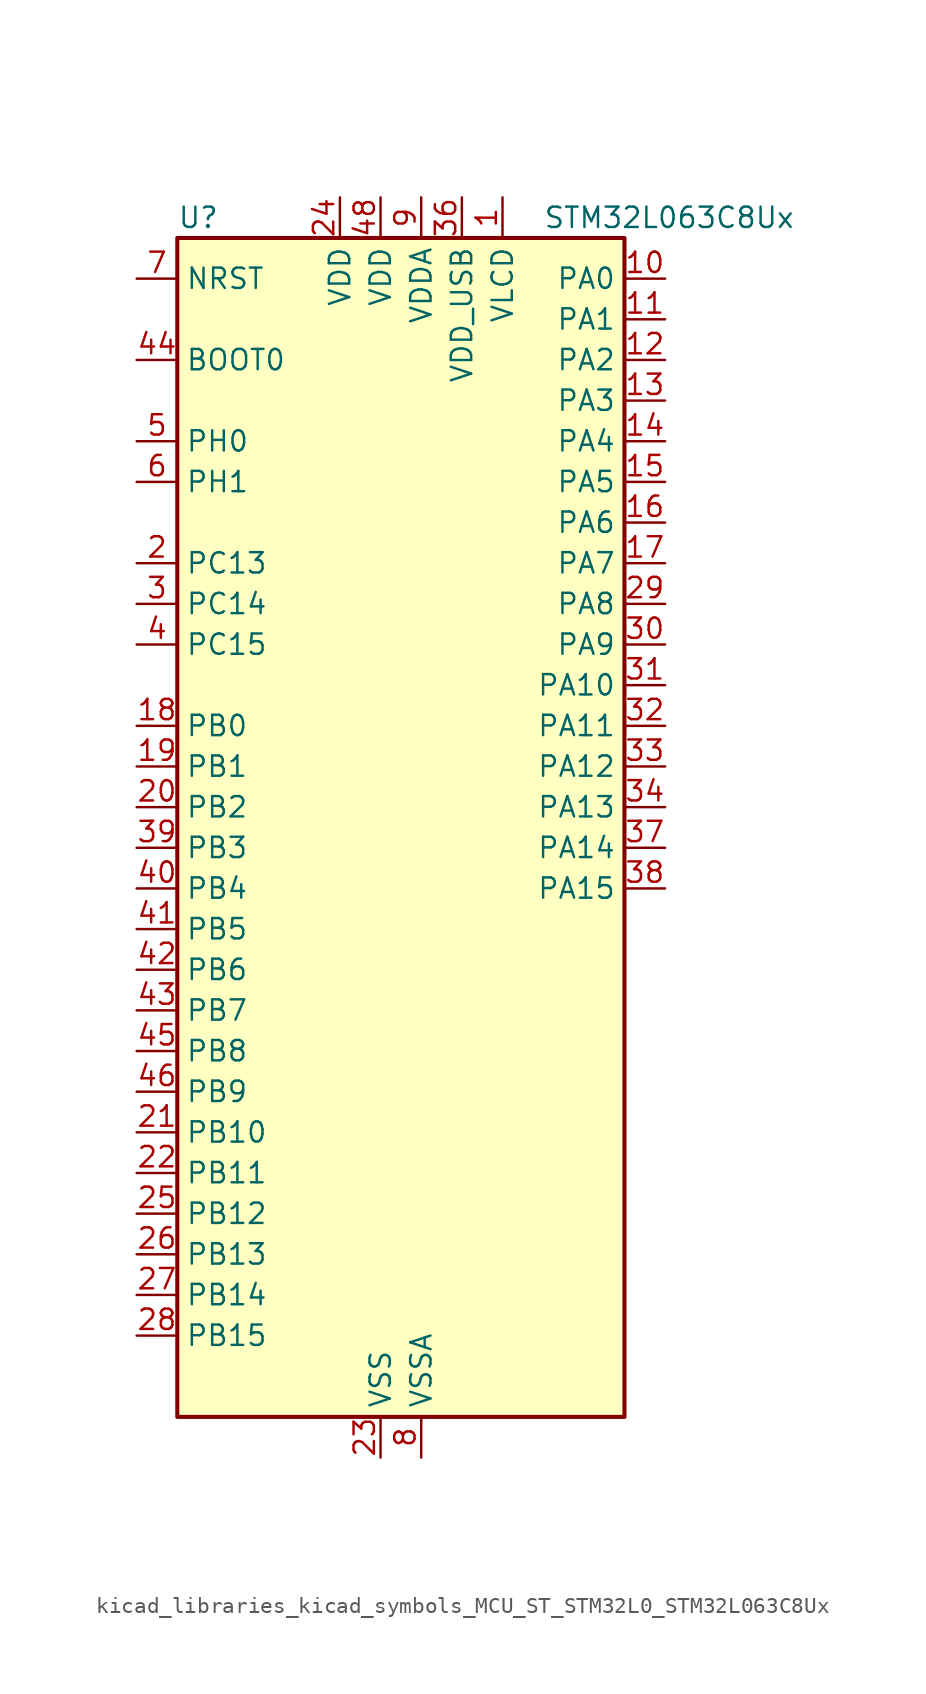
<source format=kicad_sym>
(kicad_symbol_lib
  (version 20220914)
  (generator kicad_symbol_editor)
  (symbol "kicad_libraries_kicad_symbols_MCU_ST_STM32L0_STM32L063C8Ux"
    (property "Reference" "U"
      (at -12.7 39.37 0)
      (effects (font (size 1.27 1.27)) (justify left)))
    (property "Value" "STM32L063C8Ux"
      (at 10.16 39.37 0)
      (effects (font (size 1.27 1.27)) (justify left)))
    (property "ki_locked" ""
      (at 0 0 0)
      (effects (font (size 1.27 1.27))))
    (symbol "kicad_libraries_kicad_symbols_MCU_ST_STM32L0_STM32L063C8Ux_0_1"
      (rectangle (start -12.7 -35.56) (end 15.24 38.1) (stroke (width 0.254) (type default)) (fill (type background))))
    (symbol "kicad_libraries_kicad_symbols_MCU_ST_STM32L0_STM32L063C8Ux_1_1"
      (pin power_in line (at 7.62 40.64 270) (length 2.54) (name "VLCD" (effects (font (size 1.27 1.27)))) (number "1" (effects (font (size 1.27 1.27)))))
      (pin bidirectional line (at 17.78 35.56 180) (length 2.54) (name "PA0" (effects (font (size 1.27 1.27)))) (number "10" (effects (font (size 1.27 1.27)))) (alternate "ADC_IN0" bidirectional line) (alternate "COMP1_INM" bidirectional line) (alternate "COMP1_OUT" bidirectional line) (alternate "RTC_TAMP2" bidirectional line) (alternate "SYS_WKUP1" bidirectional line) (alternate "TIM2_CH1" bidirectional line) (alternate "TIM2_ETR" bidirectional line) (alternate "TSC_G1_IO1" bidirectional line) (alternate "USART2_CTS" bidirectional line))
      (pin bidirectional line (at 17.78 33.02 180) (length 2.54) (name "PA1" (effects (font (size 1.27 1.27)))) (number "11" (effects (font (size 1.27 1.27)))) (alternate "ADC_IN1" bidirectional line) (alternate "COMP1_INP" bidirectional line) (alternate "LCD_SEG0" bidirectional line) (alternate "TIM21_ETR" bidirectional line) (alternate "TIM2_CH2" bidirectional line) (alternate "TSC_G1_IO2" bidirectional line) (alternate "USART2_DE" bidirectional line) (alternate "USART2_RTS" bidirectional line))
      (pin bidirectional line (at 17.78 30.48 180) (length 2.54) (name "PA2" (effects (font (size 1.27 1.27)))) (number "12" (effects (font (size 1.27 1.27)))) (alternate "ADC_IN2" bidirectional line) (alternate "COMP2_INM" bidirectional line) (alternate "COMP2_OUT" bidirectional line) (alternate "LCD_SEG1" bidirectional line) (alternate "TIM21_CH1" bidirectional line) (alternate "TIM2_CH3" bidirectional line) (alternate "TSC_G1_IO3" bidirectional line) (alternate "USART2_TX" bidirectional line))
      (pin bidirectional line (at 17.78 27.94 180) (length 2.54) (name "PA3" (effects (font (size 1.27 1.27)))) (number "13" (effects (font (size 1.27 1.27)))) (alternate "ADC_IN3" bidirectional line) (alternate "COMP2_INP" bidirectional line) (alternate "LCD_SEG2" bidirectional line) (alternate "TIM21_CH2" bidirectional line) (alternate "TIM2_CH4" bidirectional line) (alternate "TSC_G1_IO4" bidirectional line) (alternate "USART2_RX" bidirectional line))
      (pin bidirectional line (at 17.78 25.4 180) (length 2.54) (name "PA4" (effects (font (size 1.27 1.27)))) (number "14" (effects (font (size 1.27 1.27)))) (alternate "ADC_IN4" bidirectional line) (alternate "COMP1_INM" bidirectional line) (alternate "COMP2_INM" bidirectional line) (alternate "DAC_OUT1" bidirectional line) (alternate "SPI1_NSS" bidirectional line) (alternate "TIM22_ETR" bidirectional line) (alternate "TSC_G2_IO1" bidirectional line) (alternate "USART2_CK" bidirectional line))
      (pin bidirectional line (at 17.78 22.86 180) (length 2.54) (name "PA5" (effects (font (size 1.27 1.27)))) (number "15" (effects (font (size 1.27 1.27)))) (alternate "ADC_IN5" bidirectional line) (alternate "COMP1_INM" bidirectional line) (alternate "COMP2_INM" bidirectional line) (alternate "SPI1_SCK" bidirectional line) (alternate "TIM2_CH1" bidirectional line) (alternate "TIM2_ETR" bidirectional line) (alternate "TSC_G2_IO2" bidirectional line))
      (pin bidirectional line (at 17.78 20.32 180) (length 2.54) (name "PA6" (effects (font (size 1.27 1.27)))) (number "16" (effects (font (size 1.27 1.27)))) (alternate "ADC_IN6" bidirectional line) (alternate "COMP1_OUT" bidirectional line) (alternate "LCD_SEG3" bidirectional line) (alternate "LPUART1_CTS" bidirectional line) (alternate "SPI1_MISO" bidirectional line) (alternate "TIM22_CH1" bidirectional line) (alternate "TSC_G2_IO3" bidirectional line))
      (pin bidirectional line (at 17.78 17.78 180) (length 2.54) (name "PA7" (effects (font (size 1.27 1.27)))) (number "17" (effects (font (size 1.27 1.27)))) (alternate "ADC_IN7" bidirectional line) (alternate "COMP2_OUT" bidirectional line) (alternate "LCD_SEG4" bidirectional line) (alternate "SPI1_MOSI" bidirectional line) (alternate "TIM22_CH2" bidirectional line) (alternate "TSC_G2_IO4" bidirectional line))
      (pin bidirectional line (at -15.24 7.62 0) (length 2.54) (name "PB0" (effects (font (size 1.27 1.27)))) (number "18" (effects (font (size 1.27 1.27)))) (alternate "ADC_IN8" bidirectional line) (alternate "LCD_SEG5" bidirectional line) (alternate "LCD_VLCD3" bidirectional line) (alternate "SYS_VREF_OUT_PB0" bidirectional line) (alternate "TSC_G3_IO2" bidirectional line))
      (pin bidirectional line (at -15.24 5.08 0) (length 2.54) (name "PB1" (effects (font (size 1.27 1.27)))) (number "19" (effects (font (size 1.27 1.27)))) (alternate "ADC_IN9" bidirectional line) (alternate "LCD_SEG6" bidirectional line) (alternate "LPUART1_DE" bidirectional line) (alternate "LPUART1_RTS" bidirectional line) (alternate "SYS_VREF_OUT_PB1" bidirectional line) (alternate "TSC_G3_IO3" bidirectional line))
      (pin bidirectional line (at -15.24 17.78 0) (length 2.54) (name "PC13" (effects (font (size 1.27 1.27)))) (number "2" (effects (font (size 1.27 1.27)))) (alternate "RTC_OUT_ALARM" bidirectional line) (alternate "RTC_OUT_CALIB" bidirectional line) (alternate "RTC_TAMP1" bidirectional line) (alternate "RTC_TS" bidirectional line) (alternate "SYS_WKUP2" bidirectional line))
      (pin bidirectional line (at -15.24 2.54 0) (length 2.54) (name "PB2" (effects (font (size 1.27 1.27)))) (number "20" (effects (font (size 1.27 1.27)))) (alternate "LCD_VLCD1" bidirectional line) (alternate "LPTIM1_OUT" bidirectional line) (alternate "TSC_G3_IO4" bidirectional line))
      (pin bidirectional line (at -15.24 -17.78 0) (length 2.54) (name "PB10" (effects (font (size 1.27 1.27)))) (number "21" (effects (font (size 1.27 1.27)))) (alternate "I2C2_SCL" bidirectional line) (alternate "LCD_SEG10" bidirectional line) (alternate "LPUART1_TX" bidirectional line) (alternate "SPI2_SCK" bidirectional line) (alternate "TIM2_CH3" bidirectional line) (alternate "TSC_SYNC" bidirectional line))
      (pin bidirectional line (at -15.24 -20.32 0) (length 2.54) (name "PB11" (effects (font (size 1.27 1.27)))) (number "22" (effects (font (size 1.27 1.27)))) (alternate "ADC_EXTI11" bidirectional line) (alternate "I2C2_SDA" bidirectional line) (alternate "LCD_SEG11" bidirectional line) (alternate "LPUART1_RX" bidirectional line) (alternate "TIM2_CH4" bidirectional line) (alternate "TSC_G6_IO1" bidirectional line))
      (pin power_in line (at 0 -38.1 90) (length 2.54) (name "VSS" (effects (font (size 1.27 1.27)))) (number "23" (effects (font (size 1.27 1.27)))))
      (pin power_in line (at -2.54 40.64 270) (length 2.54) (name "VDD" (effects (font (size 1.27 1.27)))) (number "24" (effects (font (size 1.27 1.27)))))
      (pin bidirectional line (at -15.24 -22.86 0) (length 2.54) (name "PB12" (effects (font (size 1.27 1.27)))) (number "25" (effects (font (size 1.27 1.27)))) (alternate "I2S2_WS" bidirectional line) (alternate "LCD_SEG12" bidirectional line) (alternate "LCD_VLCD2" bidirectional line) (alternate "LPUART1_DE" bidirectional line) (alternate "LPUART1_RTS" bidirectional line) (alternate "SPI2_NSS" bidirectional line) (alternate "TSC_G6_IO2" bidirectional line))
      (pin bidirectional line (at -15.24 -25.4 0) (length 2.54) (name "PB13" (effects (font (size 1.27 1.27)))) (number "26" (effects (font (size 1.27 1.27)))) (alternate "I2C2_SCL" bidirectional line) (alternate "I2S2_CK" bidirectional line) (alternate "LCD_SEG13" bidirectional line) (alternate "LPUART1_CTS" bidirectional line) (alternate "SPI2_SCK" bidirectional line) (alternate "TIM21_CH1" bidirectional line) (alternate "TSC_G6_IO3" bidirectional line))
      (pin bidirectional line (at -15.24 -27.94 0) (length 2.54) (name "PB14" (effects (font (size 1.27 1.27)))) (number "27" (effects (font (size 1.27 1.27)))) (alternate "I2C2_SDA" bidirectional line) (alternate "I2S2_MCK" bidirectional line) (alternate "LCD_SEG14" bidirectional line) (alternate "LPUART1_DE" bidirectional line) (alternate "LPUART1_RTS" bidirectional line) (alternate "RTC_OUT_ALARM" bidirectional line) (alternate "RTC_OUT_CALIB" bidirectional line) (alternate "SPI2_MISO" bidirectional line) (alternate "TIM21_CH2" bidirectional line) (alternate "TSC_G6_IO4" bidirectional line))
      (pin bidirectional line (at -15.24 -30.48 0) (length 2.54) (name "PB15" (effects (font (size 1.27 1.27)))) (number "28" (effects (font (size 1.27 1.27)))) (alternate "I2S2_SD" bidirectional line) (alternate "LCD_SEG15" bidirectional line) (alternate "RTC_REFIN" bidirectional line) (alternate "SPI2_MOSI" bidirectional line))
      (pin bidirectional line (at 17.78 15.24 180) (length 2.54) (name "PA8" (effects (font (size 1.27 1.27)))) (number "29" (effects (font (size 1.27 1.27)))) (alternate "CRS_SYNC" bidirectional line) (alternate "LCD_COM0" bidirectional line) (alternate "RCC_MCO" bidirectional line) (alternate "USART1_CK" bidirectional line))
      (pin bidirectional line (at -15.24 15.24 0) (length 2.54) (name "PC14" (effects (font (size 1.27 1.27)))) (number "3" (effects (font (size 1.27 1.27)))) (alternate "RCC_OSC32_IN" bidirectional line))
      (pin bidirectional line (at 17.78 12.7 180) (length 2.54) (name "PA9" (effects (font (size 1.27 1.27)))) (number "30" (effects (font (size 1.27 1.27)))) (alternate "DAC_EXTI9" bidirectional line) (alternate "LCD_COM1" bidirectional line) (alternate "RCC_MCO" bidirectional line) (alternate "TSC_G4_IO1" bidirectional line) (alternate "USART1_TX" bidirectional line))
      (pin bidirectional line (at 17.78 10.16 180) (length 2.54) (name "PA10" (effects (font (size 1.27 1.27)))) (number "31" (effects (font (size 1.27 1.27)))) (alternate "LCD_COM2" bidirectional line) (alternate "TSC_G4_IO2" bidirectional line) (alternate "USART1_RX" bidirectional line))
      (pin bidirectional line (at 17.78 7.62 180) (length 2.54) (name "PA11" (effects (font (size 1.27 1.27)))) (number "32" (effects (font (size 1.27 1.27)))) (alternate "ADC_EXTI11" bidirectional line) (alternate "COMP1_OUT" bidirectional line) (alternate "SPI1_MISO" bidirectional line) (alternate "TSC_G4_IO3" bidirectional line) (alternate "USART1_CTS" bidirectional line) (alternate "USB_DM" bidirectional line))
      (pin bidirectional line (at 17.78 5.08 180) (length 2.54) (name "PA12" (effects (font (size 1.27 1.27)))) (number "33" (effects (font (size 1.27 1.27)))) (alternate "COMP2_OUT" bidirectional line) (alternate "SPI1_MOSI" bidirectional line) (alternate "TSC_G4_IO4" bidirectional line) (alternate "USART1_DE" bidirectional line) (alternate "USART1_RTS" bidirectional line) (alternate "USB_DP" bidirectional line))
      (pin bidirectional line (at 17.78 2.54 180) (length 2.54) (name "PA13" (effects (font (size 1.27 1.27)))) (number "34" (effects (font (size 1.27 1.27)))) (alternate "SYS_SWDIO" bidirectional line) (alternate "USB_NOE" bidirectional line))
      (pin passive line (at 0 -38.1 90) (length 2.54) hide (name "VSS" (effects (font (size 1.27 1.27)))) (number "35" (effects (font (size 1.27 1.27)))))
      (pin power_in line (at 5.08 40.64 270) (length 2.54) (name "VDD_USB" (effects (font (size 1.27 1.27)))) (number "36" (effects (font (size 1.27 1.27)))))
      (pin bidirectional line (at 17.78 0 180) (length 2.54) (name "PA14" (effects (font (size 1.27 1.27)))) (number "37" (effects (font (size 1.27 1.27)))) (alternate "SYS_SWCLK" bidirectional line) (alternate "USART2_TX" bidirectional line))
      (pin bidirectional line (at 17.78 -2.54 180) (length 2.54) (name "PA15" (effects (font (size 1.27 1.27)))) (number "38" (effects (font (size 1.27 1.27)))) (alternate "LCD_SEG17" bidirectional line) (alternate "SPI1_NSS" bidirectional line) (alternate "TIM2_CH1" bidirectional line) (alternate "TIM2_ETR" bidirectional line) (alternate "USART2_RX" bidirectional line))
      (pin bidirectional line (at -15.24 0 0) (length 2.54) (name "PB3" (effects (font (size 1.27 1.27)))) (number "39" (effects (font (size 1.27 1.27)))) (alternate "COMP2_INM" bidirectional line) (alternate "LCD_SEG7" bidirectional line) (alternate "SPI1_SCK" bidirectional line) (alternate "TIM2_CH2" bidirectional line) (alternate "TSC_G5_IO1" bidirectional line))
      (pin bidirectional line (at -15.24 12.7 0) (length 2.54) (name "PC15" (effects (font (size 1.27 1.27)))) (number "4" (effects (font (size 1.27 1.27)))) (alternate "RCC_OSC32_OUT" bidirectional line))
      (pin bidirectional line (at -15.24 -2.54 0) (length 2.54) (name "PB4" (effects (font (size 1.27 1.27)))) (number "40" (effects (font (size 1.27 1.27)))) (alternate "COMP2_INP" bidirectional line) (alternate "LCD_SEG8" bidirectional line) (alternate "SPI1_MISO" bidirectional line) (alternate "TIM22_CH1" bidirectional line) (alternate "TSC_G5_IO2" bidirectional line))
      (pin bidirectional line (at -15.24 -5.08 0) (length 2.54) (name "PB5" (effects (font (size 1.27 1.27)))) (number "41" (effects (font (size 1.27 1.27)))) (alternate "COMP2_INP" bidirectional line) (alternate "I2C1_SMBA" bidirectional line) (alternate "LCD_SEG9" bidirectional line) (alternate "LPTIM1_IN1" bidirectional line) (alternate "SPI1_MOSI" bidirectional line) (alternate "TIM22_CH2" bidirectional line))
      (pin bidirectional line (at -15.24 -7.62 0) (length 2.54) (name "PB6" (effects (font (size 1.27 1.27)))) (number "42" (effects (font (size 1.27 1.27)))) (alternate "COMP2_INP" bidirectional line) (alternate "I2C1_SCL" bidirectional line) (alternate "LPTIM1_ETR" bidirectional line) (alternate "TSC_G5_IO3" bidirectional line) (alternate "USART1_TX" bidirectional line))
      (pin bidirectional line (at -15.24 -10.16 0) (length 2.54) (name "PB7" (effects (font (size 1.27 1.27)))) (number "43" (effects (font (size 1.27 1.27)))) (alternate "COMP2_INP" bidirectional line) (alternate "I2C1_SDA" bidirectional line) (alternate "LPTIM1_IN2" bidirectional line) (alternate "SYS_PVD_IN" bidirectional line) (alternate "TSC_G5_IO4" bidirectional line) (alternate "USART1_RX" bidirectional line))
      (pin input line (at -15.24 30.48 0) (length 2.54) (name "BOOT0" (effects (font (size 1.27 1.27)))) (number "44" (effects (font (size 1.27 1.27)))))
      (pin bidirectional line (at -15.24 -12.7 0) (length 2.54) (name "PB8" (effects (font (size 1.27 1.27)))) (number "45" (effects (font (size 1.27 1.27)))) (alternate "I2C1_SCL" bidirectional line) (alternate "LCD_SEG16" bidirectional line) (alternate "TSC_SYNC" bidirectional line))
      (pin bidirectional line (at -15.24 -15.24 0) (length 2.54) (name "PB9" (effects (font (size 1.27 1.27)))) (number "46" (effects (font (size 1.27 1.27)))) (alternate "DAC_EXTI9" bidirectional line) (alternate "I2C1_SDA" bidirectional line) (alternate "I2S2_WS" bidirectional line) (alternate "LCD_COM3" bidirectional line) (alternate "SPI2_NSS" bidirectional line))
      (pin passive line (at 0 -38.1 90) (length 2.54) hide (name "VSS" (effects (font (size 1.27 1.27)))) (number "47" (effects (font (size 1.27 1.27)))))
      (pin power_in line (at 0 40.64 270) (length 2.54) (name "VDD" (effects (font (size 1.27 1.27)))) (number "48" (effects (font (size 1.27 1.27)))))
      (pin passive line (at 0 -38.1 90) (length 2.54) hide (name "VSS" (effects (font (size 1.27 1.27)))) (number "49" (effects (font (size 1.27 1.27)))))
      (pin bidirectional line (at -15.24 25.4 0) (length 2.54) (name "PH0" (effects (font (size 1.27 1.27)))) (number "5" (effects (font (size 1.27 1.27)))) (alternate "CRS_SYNC" bidirectional line) (alternate "RCC_OSC_IN" bidirectional line))
      (pin bidirectional line (at -15.24 22.86 0) (length 2.54) (name "PH1" (effects (font (size 1.27 1.27)))) (number "6" (effects (font (size 1.27 1.27)))) (alternate "RCC_OSC_OUT" bidirectional line))
      (pin input line (at -15.24 35.56 0) (length 2.54) (name "NRST" (effects (font (size 1.27 1.27)))) (number "7" (effects (font (size 1.27 1.27)))))
      (pin power_in line (at 2.54 -38.1 90) (length 2.54) (name "VSSA" (effects (font (size 1.27 1.27)))) (number "8" (effects (font (size 1.27 1.27)))))
      (pin power_in line (at 2.54 40.64 270) (length 2.54) (name "VDDA" (effects (font (size 1.27 1.27)))) (number "9" (effects (font (size 1.27 1.27))))))))
</source>
